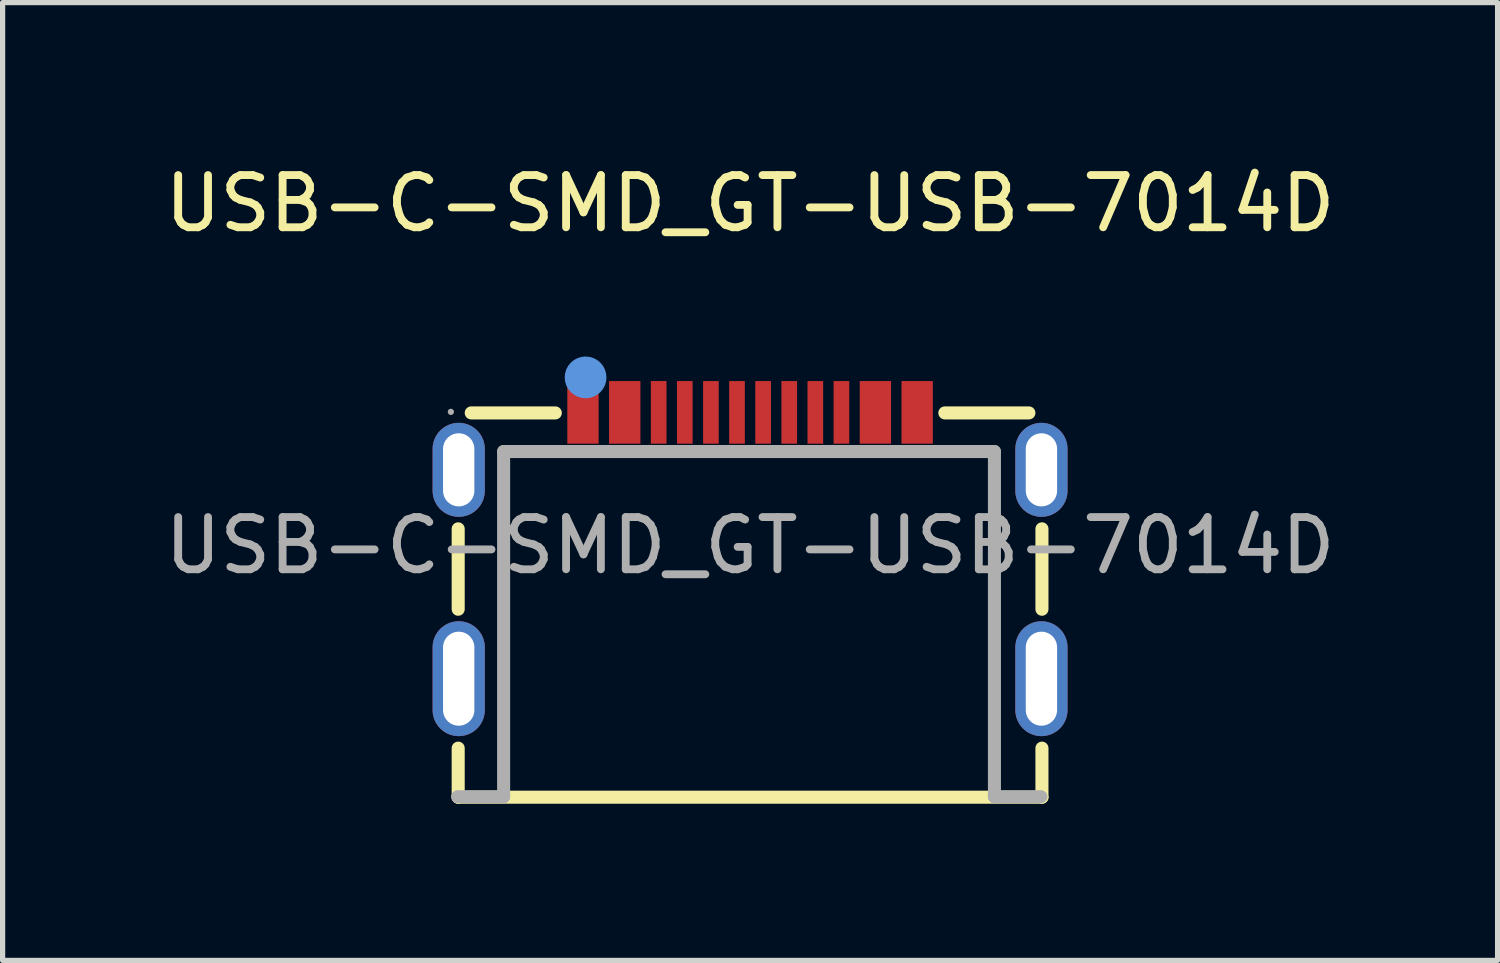
<source format=kicad_pcb>
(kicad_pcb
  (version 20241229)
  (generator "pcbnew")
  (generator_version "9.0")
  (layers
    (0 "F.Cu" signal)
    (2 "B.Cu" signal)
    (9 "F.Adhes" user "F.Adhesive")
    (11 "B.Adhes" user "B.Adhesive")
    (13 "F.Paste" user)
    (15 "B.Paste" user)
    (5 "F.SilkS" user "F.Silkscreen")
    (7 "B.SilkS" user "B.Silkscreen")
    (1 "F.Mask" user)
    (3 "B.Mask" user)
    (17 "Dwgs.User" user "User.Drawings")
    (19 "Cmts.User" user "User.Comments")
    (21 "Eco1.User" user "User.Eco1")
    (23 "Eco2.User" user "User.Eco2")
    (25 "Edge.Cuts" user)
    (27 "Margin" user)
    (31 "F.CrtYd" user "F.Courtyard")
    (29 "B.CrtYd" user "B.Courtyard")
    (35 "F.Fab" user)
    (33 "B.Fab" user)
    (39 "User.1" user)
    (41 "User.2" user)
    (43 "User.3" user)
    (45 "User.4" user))
  (footprint "USB-C-SMD_GT-USB-7014D"
    (layer "F.Cu")
    (at 11.315 7.398)
    (property "Reference" "USB-C-SMD_GT-USB-7014D" (at 0 -6.55 0) (layer "F.SilkS") (effects (font (size 1 1) (thickness 0.15))))
    (attr smd)
    (fp_line (start -5.59 1.22) (end -5.59 -0.32) (stroke (width 0.25) (type solid)) (layer "F.SilkS"))
    (fp_line (start -5.59 4.82) (end -5.59 3.88) (stroke (width 0.25) (type solid)) (layer "F.SilkS"))
    (fp_line (start -3.73 -2.54) (end -5.34 -2.54) (stroke (width 0.25) (type solid)) (layer "F.SilkS"))
    (fp_line (start 3.73 -2.54) (end 5.34 -2.54) (stroke (width 0.25) (type solid)) (layer "F.SilkS"))
    (fp_line (start 5.59 -0.32) (end 5.59 1.22) (stroke (width 0.25) (type solid)) (layer "F.SilkS"))
    (fp_line (start 5.59 3.88) (end 5.59 4.82) (stroke (width 0.25) (type solid)) (layer "F.SilkS"))
    (fp_line (start 5.59 4.82) (end -5.59 4.82) (stroke (width 0.25) (type solid)) (layer "F.SilkS"))
    (fp_circle (center -3.15 -3.22) (end -2.95 -3.22) (stroke (width 0.4) (type solid)) (fill no) (layer "Cmts.User"))
    (fp_line (start -4.72 -1.8) (end 4.68 -1.8) (stroke (width 0.25) (type solid)) (layer "F.Fab"))
    (fp_line (start -4.72 4.81) (end -5.6 4.81) (stroke (width 0.25) (type solid)) (layer "F.Fab"))
    (fp_line (start -4.72 4.81) (end -4.72 -1.8) (stroke (width 0.25) (type solid)) (layer "F.Fab"))
    (fp_line (start 4.68 -1.8) (end 4.68 4.81) (stroke (width 0.25) (type solid)) (layer "F.Fab"))
    (fp_line (start 4.68 4.81) (end 5.57 4.81) (stroke (width 0.25) (type solid)) (layer "F.Fab"))
    (fp_circle (center -5.73 -2.56) (end -5.7 -2.56) (stroke (width 0.06) (type solid)) (fill no) (layer "F.Fab"))
    (fp_text user "${REFERENCE}" (at 0 0 0) (layer "F.Fab") (effects (font (size 1 1) (thickness 0.15))))
    (pad "0" thru_hole oval (at -5.58 -1.45) (size 1 1.8) (drill oval 0.6 1.4) (layers "*.Cu" "*.Mask"))
    (pad "0" thru_hole oval (at -5.58 2.55) (size 1 2.2) (drill oval 0.6 1.8) (layers "*.Cu" "*.Mask"))
    (pad "0" thru_hole oval (at 5.58 -1.45) (size 1 1.8) (drill oval 0.6 1.4) (layers "*.Cu" "*.Mask"))
    (pad "0" thru_hole oval (at 5.58 2.55) (size 1 2.2) (drill oval 0.6 1.8) (layers "*.Cu" "*.Mask"))
    (pad "A1B12" smd rect (at -3.2 -2.55) (size 0.6 1.2) (layers "F.Cu" "F.Mask" "F.Paste"))
    (pad "A4B9" smd rect (at -2.4 -2.55) (size 0.6 1.2) (layers "F.Cu" "F.Mask" "F.Paste"))
    (pad "A5" smd rect (at -1.25 -2.55) (size 0.3 1.2) (layers "F.Cu" "F.Mask" "F.Paste"))
    (pad "A6" smd rect (at -0.25 -2.55) (size 0.3 1.2) (layers "F.Cu" "F.Mask" "F.Paste"))
    (pad "A7" smd rect (at 0.25 -2.55) (size 0.3 1.2) (layers "F.Cu" "F.Mask" "F.Paste"))
    (pad "A8" smd rect (at 1.25 -2.55) (size 0.3 1.2) (layers "F.Cu" "F.Mask" "F.Paste"))
    (pad "B1A12" smd rect (at 3.2 -2.55) (size 0.6 1.2) (layers "F.Cu" "F.Mask" "F.Paste"))
    (pad "B4A9" smd rect (at 2.4 -2.55) (size 0.6 1.2) (layers "F.Cu" "F.Mask" "F.Paste"))
    (pad "B5" smd rect (at 1.75 -2.55) (size 0.3 1.2) (layers "F.Cu" "F.Mask" "F.Paste"))
    (pad "B6" smd rect (at 0.75 -2.55) (size 0.3 1.2) (layers "F.Cu" "F.Mask" "F.Paste"))
    (pad "B7" smd rect (at -0.75 -2.55) (size 0.3 1.2) (layers "F.Cu" "F.Mask" "F.Paste"))
    (pad "B8" smd rect (at -1.75 -2.55) (size 0.3 1.2) (layers "F.Cu" "F.Mask" "F.Paste")))
  (gr_rect
    (start -3 -3)
    (end 25.631 15.343)
    (stroke (width 0.1) (type default))
    (fill no)
    (layer "Edge.Cuts")))
</source>
